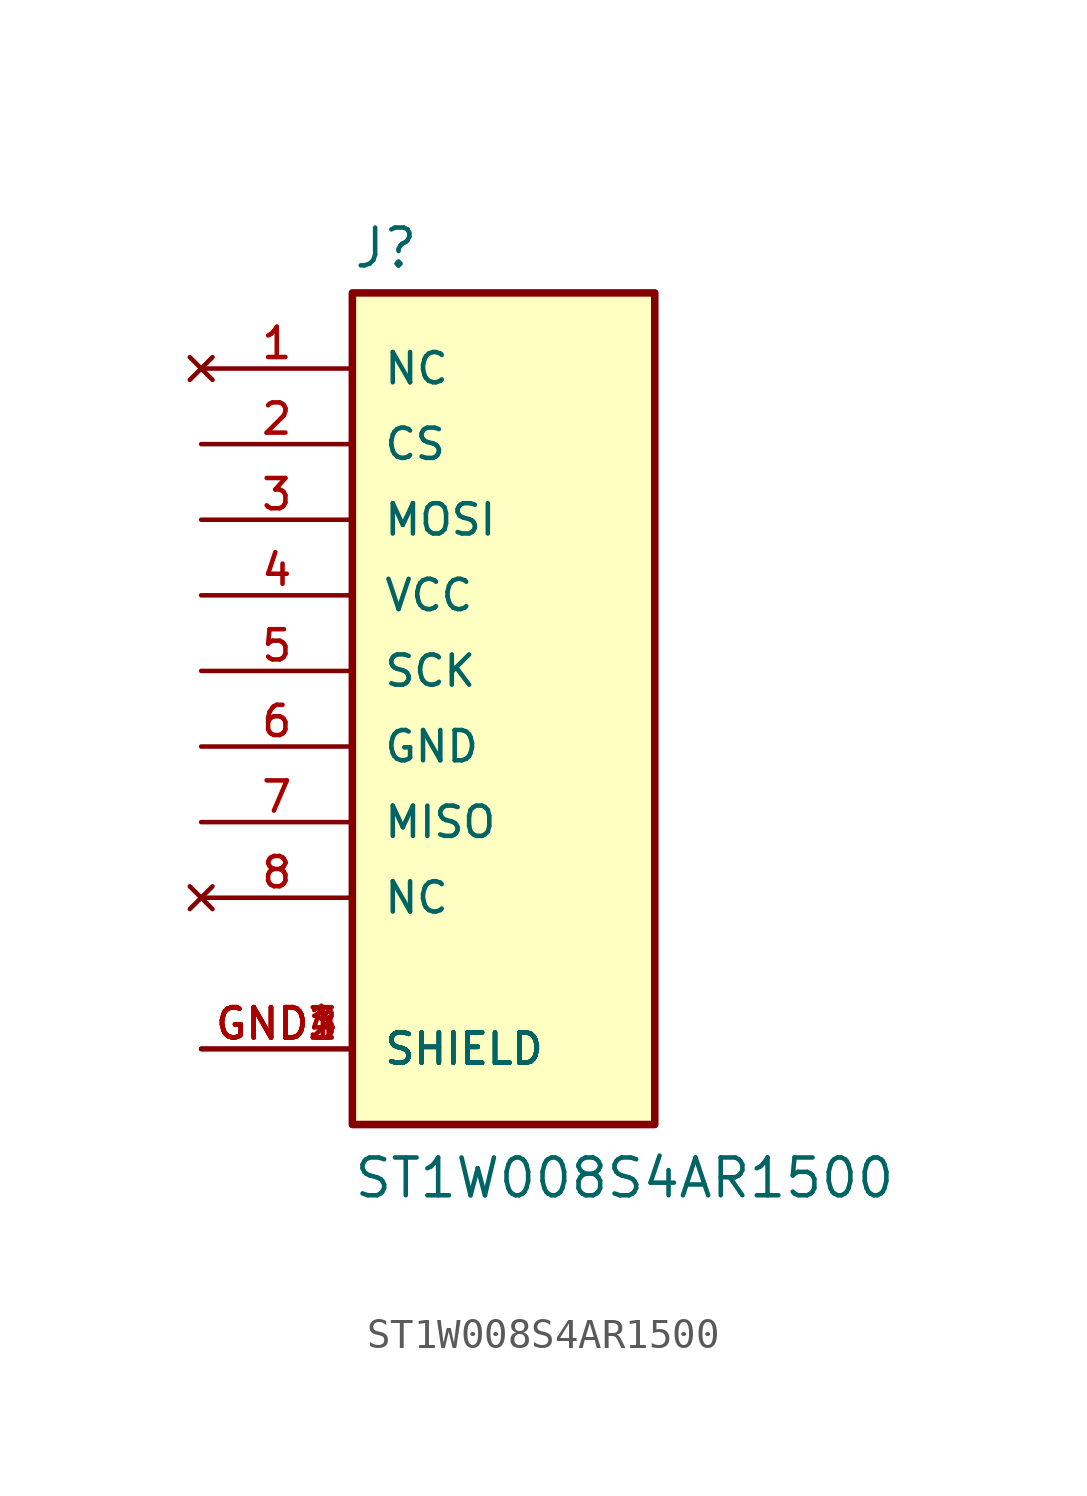
<source format=kicad_sym>
(kicad_symbol_lib
  (version 20220914)
  (generator kicad_symbol_editor)
  (symbol "ST1W008S4AR1500"
    (pin_names
      (offset 1.016))
    (property "Reference" "J"
      (at -5.08 13.462 0)
      (effects (font (size 1.27 1.27)) (justify left bottom)))
    (property "Value" "ST1W008S4AR1500"
      (at -5.08 -17.78 0)
      (effects (font (size 1.27 1.27)) (justify left bottom)))
    (symbol "ST1W008S4AR1500_0_0"
      (rectangle (start -5.08 12.7) (end 5.08 -15.24) (stroke (width 0.254) (type default)) (fill (type background))))
    (symbol "ST1W008S4AR1500_1_0"
      (pin no_connect line (at -10.16 10.16 0) (length 5.08) (name "NC" (effects (font (size 1.016 1.016)))) (number "1" (effects (font (size 1.016 1.016)))))
      (pin passive line (at -10.16 7.62 0) (length 5.08) (name "CS" (effects (font (size 1.016 1.016)))) (number "2" (effects (font (size 1.016 1.016)))))
      (pin passive line (at -10.16 5.08 0) (length 5.08) (name "MOSI" (effects (font (size 1.016 1.016)))) (number "3" (effects (font (size 1.016 1.016)))))
      (pin passive line (at -10.16 2.54 0) (length 5.08) (name "VCC" (effects (font (size 1.016 1.016)))) (number "4" (effects (font (size 1.016 1.016)))))
      (pin passive line (at -10.16 0 0) (length 5.08) (name "SCK" (effects (font (size 1.016 1.016)))) (number "5" (effects (font (size 1.016 1.016)))))
      (pin passive line (at -10.16 -2.54 0) (length 5.08) (name "GND" (effects (font (size 1.016 1.016)))) (number "6" (effects (font (size 1.016 1.016)))))
      (pin passive line (at -10.16 -5.08 0) (length 5.08) (name "MISO" (effects (font (size 1.016 1.016)))) (number "7" (effects (font (size 1.016 1.016)))))
      (pin no_connect line (at -10.16 -7.62 0) (length 5.08) (name "NC" (effects (font (size 1.016 1.016)))) (number "8" (effects (font (size 1.016 1.016)))))
      (pin power_in line (at -10.16 -12.7 0) (length 5.08) (name "SHIELD" (effects (font (size 1.016 1.016)))) (number "GND1" (effects (font (size 1.016 1.016)))))
      (pin power_in line (at -10.16 -12.7 0) (length 5.08) (name "SHIELD" (effects (font (size 1.016 1.016)))) (number "GND2" (effects (font (size 1.016 1.016)))))
      (pin power_in line (at -10.16 -12.7 0) (length 5.08) (name "SHIELD" (effects (font (size 1.016 1.016)))) (number "GND3" (effects (font (size 1.016 1.016)))))
      (pin power_in line (at -10.16 -12.7 0) (length 5.08) (name "SHIELD" (effects (font (size 1.016 1.016)))) (number "GND4" (effects (font (size 1.016 1.016))))))))
</source>
